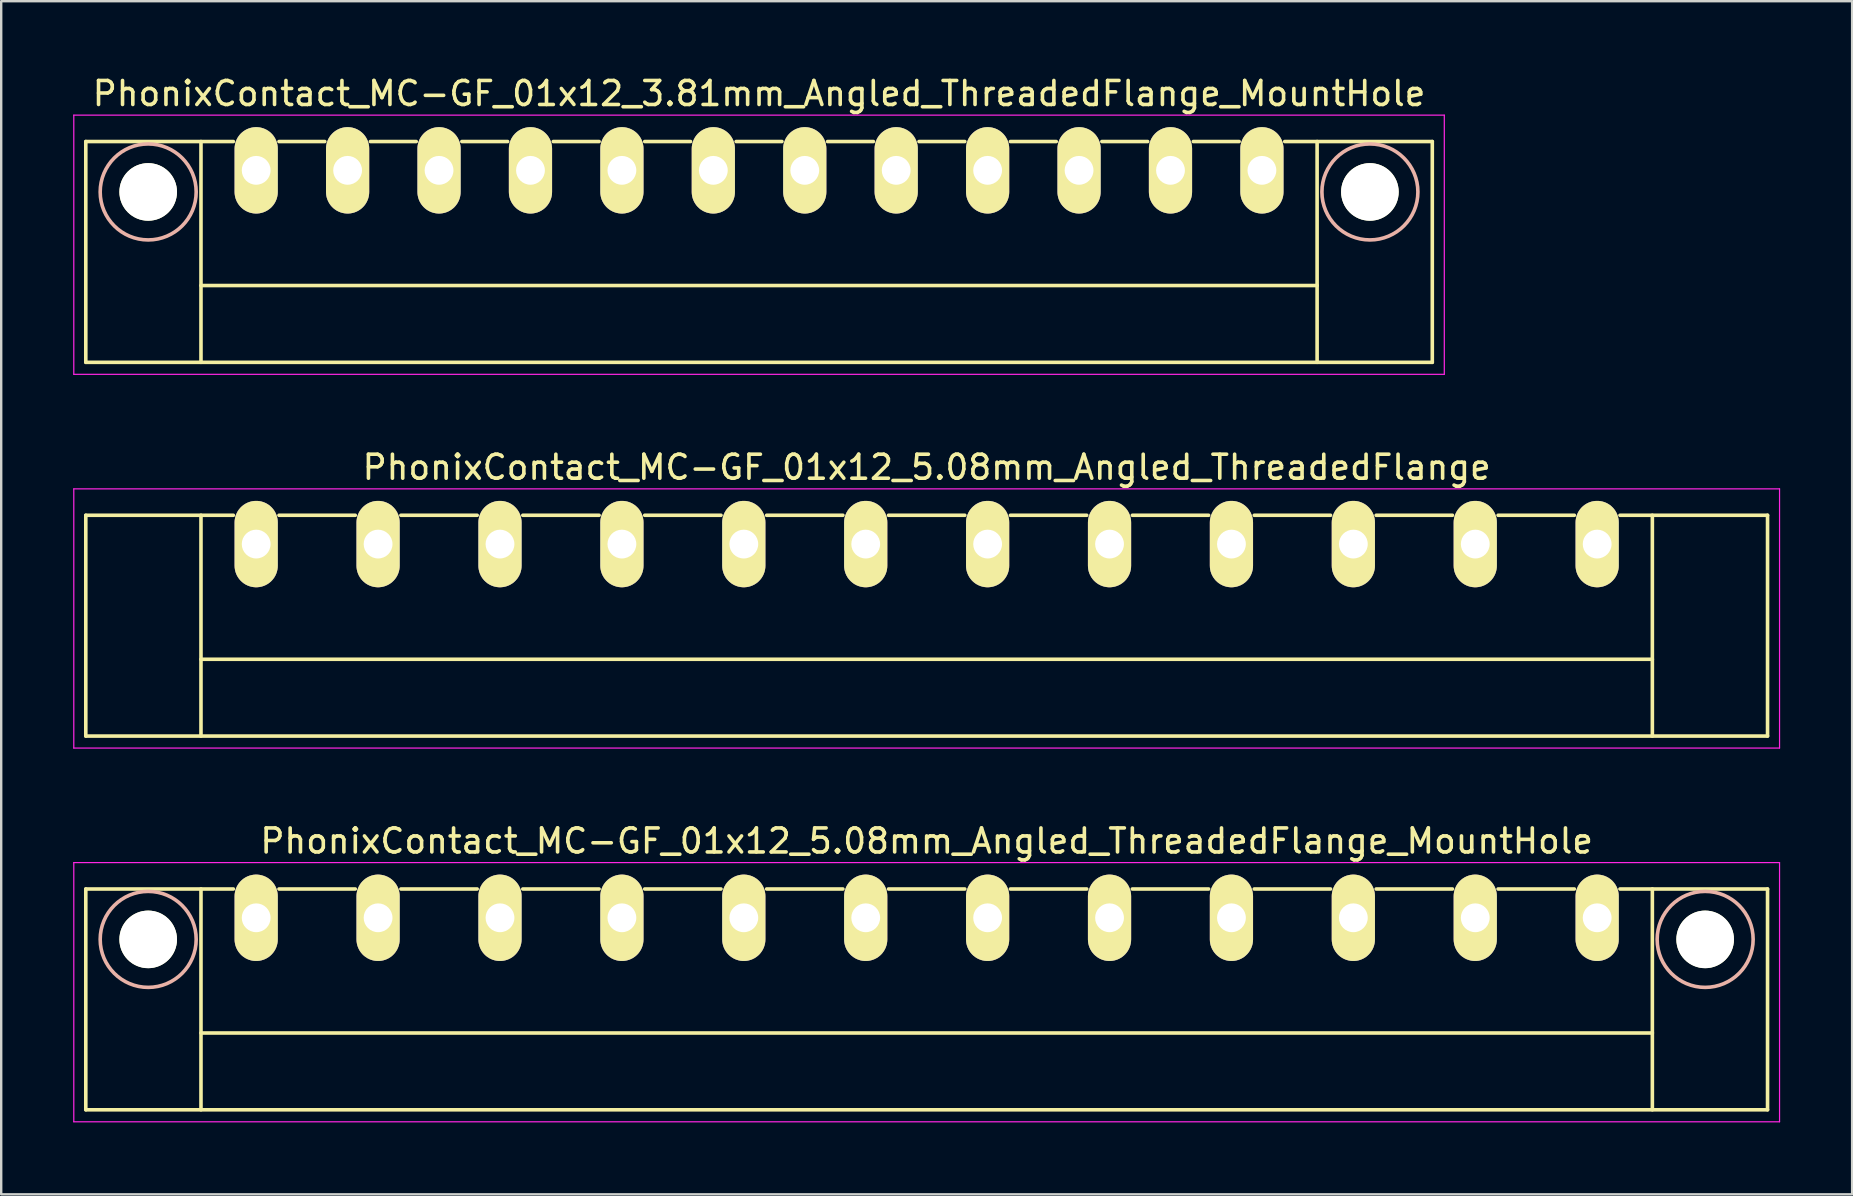
<source format=kicad_pcb>
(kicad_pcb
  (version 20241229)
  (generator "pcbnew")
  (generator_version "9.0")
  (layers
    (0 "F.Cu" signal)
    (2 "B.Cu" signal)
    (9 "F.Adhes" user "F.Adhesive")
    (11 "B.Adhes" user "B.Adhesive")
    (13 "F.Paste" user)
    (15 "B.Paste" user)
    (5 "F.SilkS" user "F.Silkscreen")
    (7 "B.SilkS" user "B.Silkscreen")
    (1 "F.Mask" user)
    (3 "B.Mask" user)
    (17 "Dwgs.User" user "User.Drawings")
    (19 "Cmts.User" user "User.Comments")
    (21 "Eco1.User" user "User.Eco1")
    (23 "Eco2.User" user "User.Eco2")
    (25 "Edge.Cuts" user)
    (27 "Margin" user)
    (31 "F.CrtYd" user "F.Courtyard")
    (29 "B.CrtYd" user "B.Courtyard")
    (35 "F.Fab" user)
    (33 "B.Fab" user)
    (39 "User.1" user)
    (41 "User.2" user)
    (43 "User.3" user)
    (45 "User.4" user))
  (footprint "PhonixContact_MC-GF_01x12_5.08mm_Angled_ThreadedFlange"
    (layer "F.Cu")
    (at 7.625 19.622)
    (property "Reference" "PhonixContact_MC-GF_01x12_5.08mm_Angled_ThreadedFlange" (at 27.94 -3.2 0) (layer "F.SilkS") (effects (font (size 1 1) (thickness 0.15))))
    (attr through_hole)
    (fp_line (start -7.1 -1.2) (end -7.1 8) (stroke (width 0.15) (type solid)) (layer "F.SilkS"))
    (fp_line (start -7.1 -1.2) (end -0.95 -1.2) (stroke (width 0.15) (type solid)) (layer "F.SilkS"))
    (fp_line (start -7.1 8) (end 62.98 8) (stroke (width 0.15) (type solid)) (layer "F.SilkS"))
    (fp_line (start -2.3 -1.2) (end -2.3 8) (stroke (width 0.15) (type solid)) (layer "F.SilkS"))
    (fp_line (start -2.3 4.8) (end 58.18 4.8) (stroke (width 0.15) (type solid)) (layer "F.SilkS"))
    (fp_line (start 0.95 -1.2) (end 4.13 -1.2) (stroke (width 0.15) (type solid)) (layer "F.SilkS"))
    (fp_line (start 6.03 -1.2) (end 9.21 -1.2) (stroke (width 0.15) (type solid)) (layer "F.SilkS"))
    (fp_line (start 11.11 -1.2) (end 14.29 -1.2) (stroke (width 0.15) (type solid)) (layer "F.SilkS"))
    (fp_line (start 16.19 -1.2) (end 19.37 -1.2) (stroke (width 0.15) (type solid)) (layer "F.SilkS"))
    (fp_line (start 21.27 -1.2) (end 24.45 -1.2) (stroke (width 0.15) (type solid)) (layer "F.SilkS"))
    (fp_line (start 26.35 -1.2) (end 29.53 -1.2) (stroke (width 0.15) (type solid)) (layer "F.SilkS"))
    (fp_line (start 31.43 -1.2) (end 34.61 -1.2) (stroke (width 0.15) (type solid)) (layer "F.SilkS"))
    (fp_line (start 36.51 -1.2) (end 39.69 -1.2) (stroke (width 0.15) (type solid)) (layer "F.SilkS"))
    (fp_line (start 41.59 -1.2) (end 44.77 -1.2) (stroke (width 0.15) (type solid)) (layer "F.SilkS"))
    (fp_line (start 46.67 -1.2) (end 49.85 -1.2) (stroke (width 0.15) (type solid)) (layer "F.SilkS"))
    (fp_line (start 51.75 -1.2) (end 54.93 -1.2) (stroke (width 0.15) (type solid)) (layer "F.SilkS"))
    (fp_line (start 58.18 -1.2) (end 58.18 8) (stroke (width 0.15) (type solid)) (layer "F.SilkS"))
    (fp_line (start 62.98 -1.2) (end 56.83 -1.2) (stroke (width 0.15) (type solid)) (layer "F.SilkS"))
    (fp_line (start 62.98 8) (end 62.98 -1.2) (stroke (width 0.15) (type solid)) (layer "F.SilkS"))
    (fp_line (start -7.6 -2.3) (end -7.6 8.5) (stroke (width 0.05) (type solid)) (layer "F.CrtYd"))
    (fp_line (start -7.6 8.5) (end 63.48 8.5) (stroke (width 0.05) (type solid)) (layer "F.CrtYd"))
    (fp_line (start 63.48 -2.3) (end -7.6 -2.3) (stroke (width 0.05) (type solid)) (layer "F.CrtYd"))
    (fp_line (start 63.48 8.5) (end 63.48 -2.3) (stroke (width 0.05) (type solid)) (layer "F.CrtYd"))
    (pad "1" thru_hole oval (at 0 0) (size 1.8 3.6) (drill 1.2) (layers "*.Cu" "*.Mask" "F.SilkS"))
    (pad "2" thru_hole oval (at 5.08 0) (size 1.8 3.6) (drill 1.2) (layers "*.Cu" "*.Mask" "F.SilkS"))
    (pad "3" thru_hole oval (at 10.16 0) (size 1.8 3.6) (drill 1.2) (layers "*.Cu" "*.Mask" "F.SilkS"))
    (pad "4" thru_hole oval (at 15.24 0) (size 1.8 3.6) (drill 1.2) (layers "*.Cu" "*.Mask" "F.SilkS"))
    (pad "5" thru_hole oval (at 20.32 0) (size 1.8 3.6) (drill 1.2) (layers "*.Cu" "*.Mask" "F.SilkS"))
    (pad "6" thru_hole oval (at 25.4 0) (size 1.8 3.6) (drill 1.2) (layers "*.Cu" "*.Mask" "F.SilkS"))
    (pad "7" thru_hole oval (at 30.48 0) (size 1.8 3.6) (drill 1.2) (layers "*.Cu" "*.Mask" "F.SilkS"))
    (pad "8" thru_hole oval (at 35.56 0) (size 1.8 3.6) (drill 1.2) (layers "*.Cu" "*.Mask" "F.SilkS"))
    (pad "9" thru_hole oval (at 40.64 0) (size 1.8 3.6) (drill 1.2) (layers "*.Cu" "*.Mask" "F.SilkS"))
    (pad "10" thru_hole oval (at 45.72 0) (size 1.8 3.6) (drill 1.2) (layers "*.Cu" "*.Mask" "F.SilkS"))
    (pad "11" thru_hole oval (at 50.8 0) (size 1.8 3.6) (drill 1.2) (layers "*.Cu" "*.Mask" "F.SilkS"))
    (pad "12" thru_hole oval (at 55.88 0) (size 1.8 3.6) (drill 1.2) (layers "*.Cu" "*.Mask" "F.SilkS")))
  (footprint "PhonixContact_MC-GF_01x12_5.08mm_Angled_ThreadedFlange_MountHole"
    (layer "F.Cu")
    (at 7.625 35.195)
    (property "Reference" "PhonixContact_MC-GF_01x12_5.08mm_Angled_ThreadedFlange_MountHole" (at 27.94 -3.2 0) (layer "F.SilkS") (effects (font (size 1 1) (thickness 0.15))))
    (attr through_hole)
    (fp_line (start -7.1 -1.2) (end -7.1 8) (stroke (width 0.15) (type solid)) (layer "F.SilkS"))
    (fp_line (start -7.1 -1.2) (end -0.95 -1.2) (stroke (width 0.15) (type solid)) (layer "F.SilkS"))
    (fp_line (start -7.1 8) (end 62.98 8) (stroke (width 0.15) (type solid)) (layer "F.SilkS"))
    (fp_line (start -2.3 -1.2) (end -2.3 8) (stroke (width 0.15) (type solid)) (layer "F.SilkS"))
    (fp_line (start -2.3 4.8) (end 58.18 4.8) (stroke (width 0.15) (type solid)) (layer "F.SilkS"))
    (fp_line (start 0.95 -1.2) (end 4.13 -1.2) (stroke (width 0.15) (type solid)) (layer "F.SilkS"))
    (fp_line (start 6.03 -1.2) (end 9.21 -1.2) (stroke (width 0.15) (type solid)) (layer "F.SilkS"))
    (fp_line (start 11.11 -1.2) (end 14.29 -1.2) (stroke (width 0.15) (type solid)) (layer "F.SilkS"))
    (fp_line (start 16.19 -1.2) (end 19.37 -1.2) (stroke (width 0.15) (type solid)) (layer "F.SilkS"))
    (fp_line (start 21.27 -1.2) (end 24.45 -1.2) (stroke (width 0.15) (type solid)) (layer "F.SilkS"))
    (fp_line (start 26.35 -1.2) (end 29.53 -1.2) (stroke (width 0.15) (type solid)) (layer "F.SilkS"))
    (fp_line (start 31.43 -1.2) (end 34.61 -1.2) (stroke (width 0.15) (type solid)) (layer "F.SilkS"))
    (fp_line (start 36.51 -1.2) (end 39.69 -1.2) (stroke (width 0.15) (type solid)) (layer "F.SilkS"))
    (fp_line (start 41.59 -1.2) (end 44.77 -1.2) (stroke (width 0.15) (type solid)) (layer "F.SilkS"))
    (fp_line (start 46.67 -1.2) (end 49.85 -1.2) (stroke (width 0.15) (type solid)) (layer "F.SilkS"))
    (fp_line (start 51.75 -1.2) (end 54.93 -1.2) (stroke (width 0.15) (type solid)) (layer "F.SilkS"))
    (fp_line (start 58.18 -1.2) (end 58.18 8) (stroke (width 0.15) (type solid)) (layer "F.SilkS"))
    (fp_line (start 62.98 -1.2) (end 56.83 -1.2) (stroke (width 0.15) (type solid)) (layer "F.SilkS"))
    (fp_line (start 62.98 8) (end 62.98 -1.2) (stroke (width 0.15) (type solid)) (layer "F.SilkS"))
    (fp_circle (center -4.5 0.9) (end -2.5 0.9) (stroke (width 0.15) (type solid)) (fill no) (layer "B.SilkS"))
    (fp_circle (center 60.38 0.9) (end 62.38 0.9) (stroke (width 0.15) (type solid)) (fill no) (layer "B.SilkS"))
    (fp_line (start -7.6 -2.3) (end -7.6 8.5) (stroke (width 0.05) (type solid)) (layer "F.CrtYd"))
    (fp_line (start -7.6 8.5) (end 63.48 8.5) (stroke (width 0.05) (type solid)) (layer "F.CrtYd"))
    (fp_line (start 63.48 -2.3) (end -7.6 -2.3) (stroke (width 0.05) (type solid)) (layer "F.CrtYd"))
    (fp_line (start 63.48 8.5) (end 63.48 -2.3) (stroke (width 0.05) (type solid)) (layer "F.CrtYd"))
    (pad "" np_thru_hole circle (at -4.5 0.9) (size 2.4 2.4) (drill 2.4) (layers "*.Cu" "*.Mask" "F.SilkS"))
    (pad "" np_thru_hole circle (at 60.38 0.9) (size 2.4 2.4) (drill 2.4) (layers "*.Cu" "*.Mask" "F.SilkS"))
    (pad "1" thru_hole oval (at 0 0) (size 1.8 3.6) (drill 1.2) (layers "*.Cu" "*.Mask" "F.SilkS"))
    (pad "2" thru_hole oval (at 5.08 0) (size 1.8 3.6) (drill 1.2) (layers "*.Cu" "*.Mask" "F.SilkS"))
    (pad "3" thru_hole oval (at 10.16 0) (size 1.8 3.6) (drill 1.2) (layers "*.Cu" "*.Mask" "F.SilkS"))
    (pad "4" thru_hole oval (at 15.24 0) (size 1.8 3.6) (drill 1.2) (layers "*.Cu" "*.Mask" "F.SilkS"))
    (pad "5" thru_hole oval (at 20.32 0) (size 1.8 3.6) (drill 1.2) (layers "*.Cu" "*.Mask" "F.SilkS"))
    (pad "6" thru_hole oval (at 25.4 0) (size 1.8 3.6) (drill 1.2) (layers "*.Cu" "*.Mask" "F.SilkS"))
    (pad "7" thru_hole oval (at 30.48 0) (size 1.8 3.6) (drill 1.2) (layers "*.Cu" "*.Mask" "F.SilkS"))
    (pad "8" thru_hole oval (at 35.56 0) (size 1.8 3.6) (drill 1.2) (layers "*.Cu" "*.Mask" "F.SilkS"))
    (pad "9" thru_hole oval (at 40.64 0) (size 1.8 3.6) (drill 1.2) (layers "*.Cu" "*.Mask" "F.SilkS"))
    (pad "10" thru_hole oval (at 45.72 0) (size 1.8 3.6) (drill 1.2) (layers "*.Cu" "*.Mask" "F.SilkS"))
    (pad "11" thru_hole oval (at 50.8 0) (size 1.8 3.6) (drill 1.2) (layers "*.Cu" "*.Mask" "F.SilkS"))
    (pad "12" thru_hole oval (at 55.88 0) (size 1.8 3.6) (drill 1.2) (layers "*.Cu" "*.Mask" "F.SilkS")))
  (footprint "PhonixContact_MC-GF_01x12_3.81mm_Angled_ThreadedFlange_MountHole"
    (layer "F.Cu")
    (at 7.625 4.048)
    (property "Reference" "PhonixContact_MC-GF_01x12_3.81mm_Angled_ThreadedFlange_MountHole" (at 20.955 -3.2 0) (layer "F.SilkS") (effects (font (size 1 1) (thickness 0.15))))
    (attr through_hole)
    (fp_line (start -7.1 -1.2) (end -7.1 8) (stroke (width 0.15) (type solid)) (layer "F.SilkS"))
    (fp_line (start -7.1 -1.2) (end -0.95 -1.2) (stroke (width 0.15) (type solid)) (layer "F.SilkS"))
    (fp_line (start -7.1 8) (end 49.01 8) (stroke (width 0.15) (type solid)) (layer "F.SilkS"))
    (fp_line (start -2.3 -1.2) (end -2.3 8) (stroke (width 0.15) (type solid)) (layer "F.SilkS"))
    (fp_line (start -2.3 4.8) (end 44.21 4.8) (stroke (width 0.15) (type solid)) (layer "F.SilkS"))
    (fp_line (start 0.95 -1.2) (end 2.86 -1.2) (stroke (width 0.15) (type solid)) (layer "F.SilkS"))
    (fp_line (start 4.76 -1.2) (end 6.67 -1.2) (stroke (width 0.15) (type solid)) (layer "F.SilkS"))
    (fp_line (start 8.57 -1.2) (end 10.48 -1.2) (stroke (width 0.15) (type solid)) (layer "F.SilkS"))
    (fp_line (start 12.38 -1.2) (end 14.29 -1.2) (stroke (width 0.15) (type solid)) (layer "F.SilkS"))
    (fp_line (start 16.19 -1.2) (end 18.1 -1.2) (stroke (width 0.15) (type solid)) (layer "F.SilkS"))
    (fp_line (start 20 -1.2) (end 21.91 -1.2) (stroke (width 0.15) (type solid)) (layer "F.SilkS"))
    (fp_line (start 23.81 -1.2) (end 25.72 -1.2) (stroke (width 0.15) (type solid)) (layer "F.SilkS"))
    (fp_line (start 27.62 -1.2) (end 29.53 -1.2) (stroke (width 0.15) (type solid)) (layer "F.SilkS"))
    (fp_line (start 31.43 -1.2) (end 33.34 -1.2) (stroke (width 0.15) (type solid)) (layer "F.SilkS"))
    (fp_line (start 35.24 -1.2) (end 37.15 -1.2) (stroke (width 0.15) (type solid)) (layer "F.SilkS"))
    (fp_line (start 39.05 -1.2) (end 40.96 -1.2) (stroke (width 0.15) (type solid)) (layer "F.SilkS"))
    (fp_line (start 44.21 -1.2) (end 44.21 8) (stroke (width 0.15) (type solid)) (layer "F.SilkS"))
    (fp_line (start 49.01 -1.2) (end 42.86 -1.2) (stroke (width 0.15) (type solid)) (layer "F.SilkS"))
    (fp_line (start 49.01 8) (end 49.01 -1.2) (stroke (width 0.15) (type solid)) (layer "F.SilkS"))
    (fp_circle (center -4.5 0.9) (end -2.5 0.9) (stroke (width 0.15) (type solid)) (fill no) (layer "B.SilkS"))
    (fp_circle (center 46.41 0.9) (end 48.41 0.9) (stroke (width 0.15) (type solid)) (fill no) (layer "B.SilkS"))
    (fp_line (start -7.6 -2.3) (end -7.6 8.5) (stroke (width 0.05) (type solid)) (layer "F.CrtYd"))
    (fp_line (start -7.6 8.5) (end 49.51 8.5) (stroke (width 0.05) (type solid)) (layer "F.CrtYd"))
    (fp_line (start 49.51 -2.3) (end -7.6 -2.3) (stroke (width 0.05) (type solid)) (layer "F.CrtYd"))
    (fp_line (start 49.51 8.5) (end 49.51 -2.3) (stroke (width 0.05) (type solid)) (layer "F.CrtYd"))
    (pad "" np_thru_hole circle (at -4.5 0.9) (size 2.4 2.4) (drill 2.4) (layers "*.Cu" "*.Mask" "F.SilkS"))
    (pad "" np_thru_hole circle (at 46.41 0.9) (size 2.4 2.4) (drill 2.4) (layers "*.Cu" "*.Mask" "F.SilkS"))
    (pad "1" thru_hole oval (at 0 0) (size 1.8 3.6) (drill 1.2) (layers "*.Cu" "*.Mask" "F.SilkS"))
    (pad "2" thru_hole oval (at 3.81 0) (size 1.8 3.6) (drill 1.2) (layers "*.Cu" "*.Mask" "F.SilkS"))
    (pad "3" thru_hole oval (at 7.62 0) (size 1.8 3.6) (drill 1.2) (layers "*.Cu" "*.Mask" "F.SilkS"))
    (pad "4" thru_hole oval (at 11.43 0) (size 1.8 3.6) (drill 1.2) (layers "*.Cu" "*.Mask" "F.SilkS"))
    (pad "5" thru_hole oval (at 15.24 0) (size 1.8 3.6) (drill 1.2) (layers "*.Cu" "*.Mask" "F.SilkS"))
    (pad "6" thru_hole oval (at 19.05 0) (size 1.8 3.6) (drill 1.2) (layers "*.Cu" "*.Mask" "F.SilkS"))
    (pad "7" thru_hole oval (at 22.86 0) (size 1.8 3.6) (drill 1.2) (layers "*.Cu" "*.Mask" "F.SilkS"))
    (pad "8" thru_hole oval (at 26.67 0) (size 1.8 3.6) (drill 1.2) (layers "*.Cu" "*.Mask" "F.SilkS"))
    (pad "9" thru_hole oval (at 30.48 0) (size 1.8 3.6) (drill 1.2) (layers "*.Cu" "*.Mask" "F.SilkS"))
    (pad "10" thru_hole oval (at 34.29 0) (size 1.8 3.6) (drill 1.2) (layers "*.Cu" "*.Mask" "F.SilkS"))
    (pad "11" thru_hole oval (at 38.1 0) (size 1.8 3.6) (drill 1.2) (layers "*.Cu" "*.Mask" "F.SilkS"))
    (pad "12" thru_hole oval (at 41.91 0) (size 1.8 3.6) (drill 1.2) (layers "*.Cu" "*.Mask" "F.SilkS")))
  (gr_rect
    (start -3 -3)
    (end 74.13 46.72)
    (stroke (width 0.1) (type default))
    (fill no)
    (layer "Edge.Cuts")))
</source>
